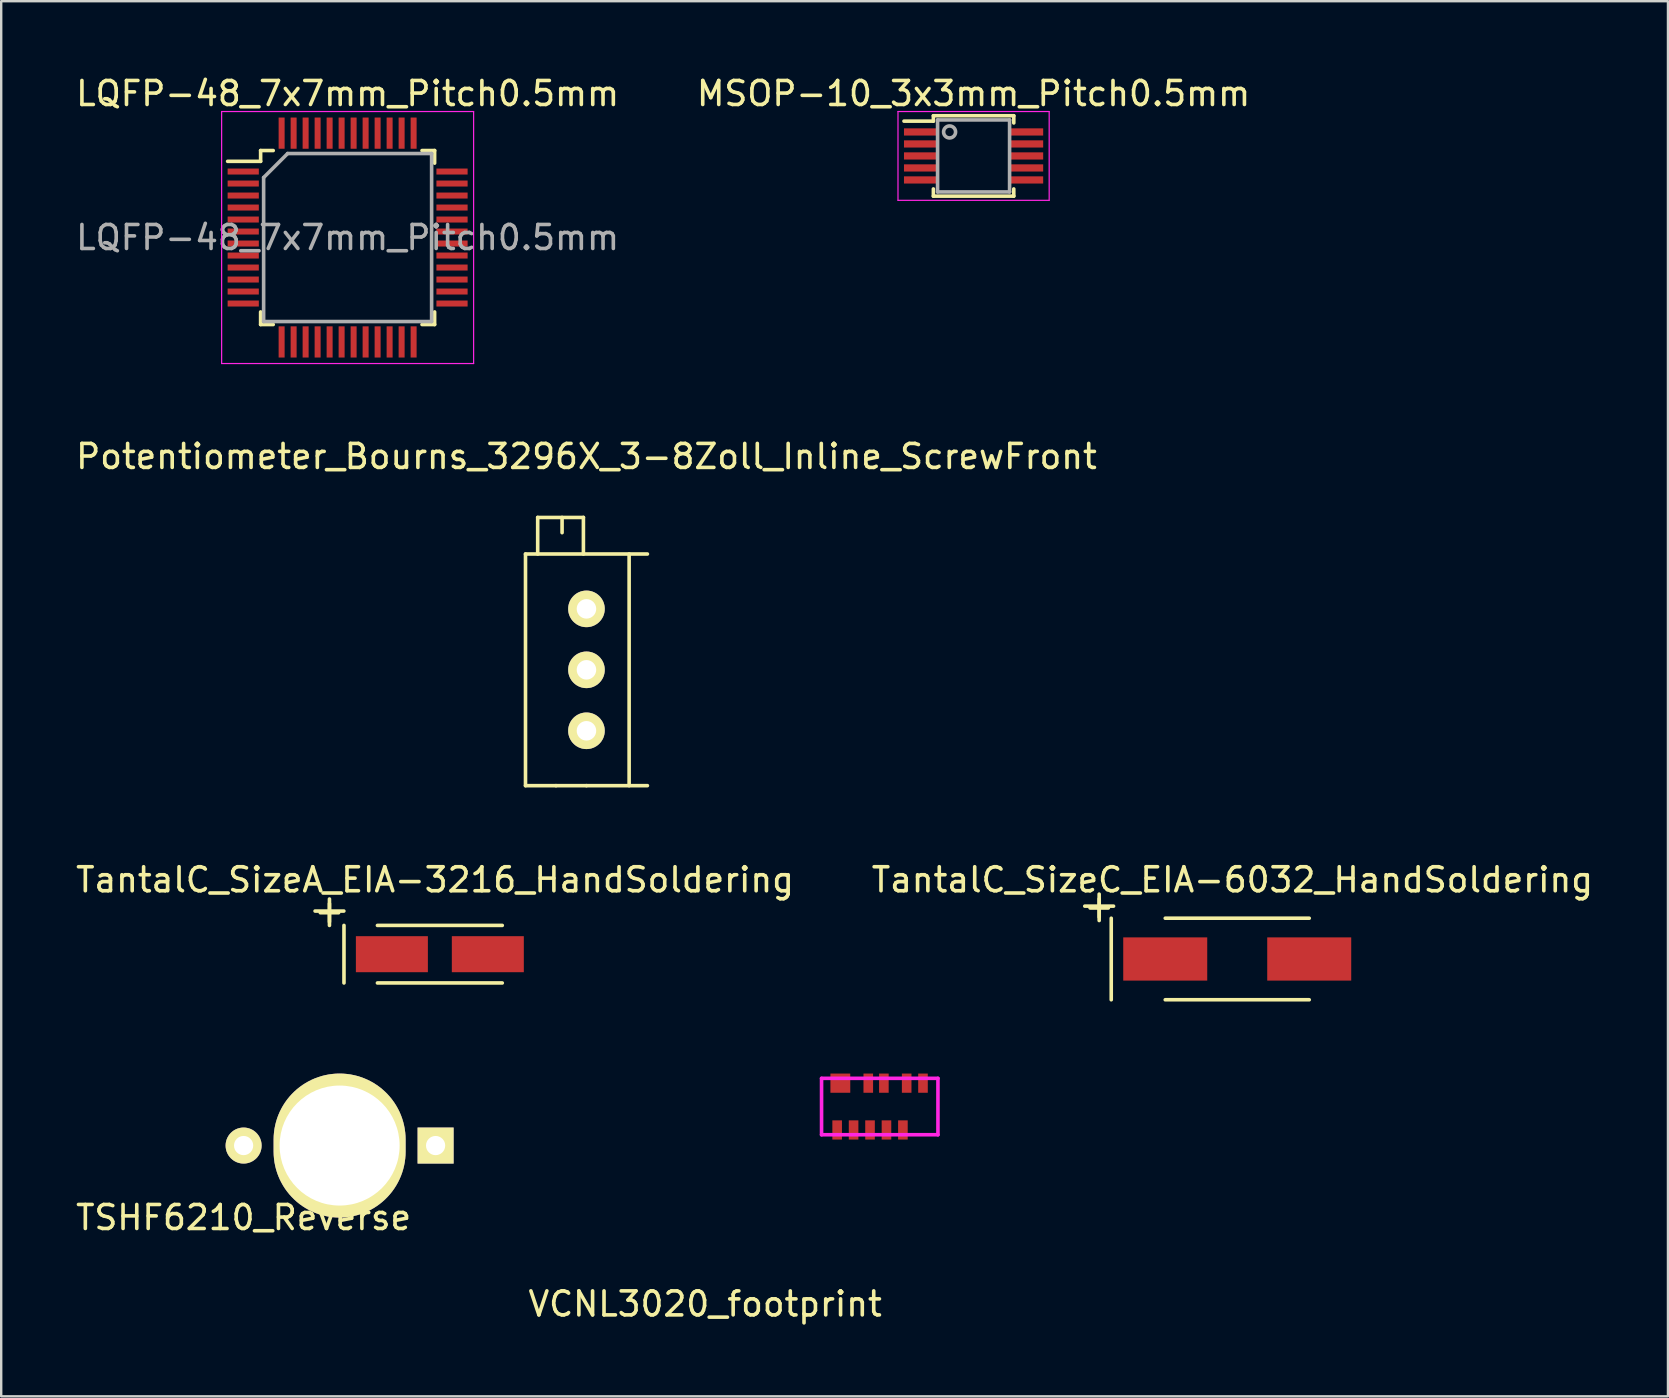
<source format=kicad_pcb>
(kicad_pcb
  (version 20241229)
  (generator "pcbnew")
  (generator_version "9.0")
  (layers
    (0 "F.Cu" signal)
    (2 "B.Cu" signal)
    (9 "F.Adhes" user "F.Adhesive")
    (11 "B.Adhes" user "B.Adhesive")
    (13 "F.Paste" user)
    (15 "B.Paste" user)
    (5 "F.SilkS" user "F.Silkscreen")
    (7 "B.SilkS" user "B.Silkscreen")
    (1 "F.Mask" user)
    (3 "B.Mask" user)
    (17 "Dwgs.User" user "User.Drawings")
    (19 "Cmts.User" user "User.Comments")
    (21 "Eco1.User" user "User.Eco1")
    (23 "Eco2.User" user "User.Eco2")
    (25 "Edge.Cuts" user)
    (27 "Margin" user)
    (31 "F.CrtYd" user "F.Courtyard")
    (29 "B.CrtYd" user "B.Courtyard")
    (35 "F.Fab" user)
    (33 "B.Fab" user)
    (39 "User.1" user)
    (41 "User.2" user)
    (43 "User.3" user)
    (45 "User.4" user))
  (footprint "TantalC_SizeA_EIA-3216_HandSoldering"
    (layer "F.Cu")
    (at 15.278 36.71)
    (property "Reference" "TantalC_SizeA_EIA-3216_HandSoldering" (at -0.201 -3.099 0) (layer "F.SilkS") (effects (font (size 1 1) (thickness 0.15))))
    (attr smd)
    (fp_line (start -5.199 -1.798) (end -4 -1.798) (stroke (width 0.15) (type solid)) (layer "F.SilkS"))
    (fp_line (start -4.6 -2.299) (end -4.6 -1.199) (stroke (width 0.15) (type solid)) (layer "F.SilkS"))
    (fp_line (start -3.995 -1.199) (end -3.995 1.199) (stroke (width 0.15) (type solid)) (layer "F.SilkS"))
    (fp_line (start -2.601 1.199) (end 2.601 1.199) (stroke (width 0.15) (type solid)) (layer "F.SilkS"))
    (fp_line (start 2.601 -1.199) (end -2.601 -1.199) (stroke (width 0.15) (type solid)) (layer "F.SilkS"))
    (fp_text user "+" (at -4.6 -1.801 0) (layer "F.SilkS") (effects (font (size 1 1) (thickness 0.15))))
    (pad "1" smd rect (at -1.999 0) (size 3 1.501) (layers "F.Cu" "F.Mask" "F.Paste"))
    (pad "2" smd rect (at 1.999 0) (size 3 1.501) (layers "F.Cu" "F.Mask" "F.Paste")))
  (footprint "MSOP-10_3x3mm_Pitch0.5mm"
    (layer "F.Cu")
    (at 37.518 3.448)
    (property "Reference" "MSOP-10_3x3mm_Pitch0.5mm" (at 0 -2.6 0) (layer "F.SilkS") (effects (font (size 1 1) (thickness 0.15))))
    (attr smd)
    (fp_line (start -1.675 -1.675) (end -1.675 -1.45) (stroke (width 0.15) (type solid)) (layer "F.SilkS"))
    (fp_line (start -1.675 -1.675) (end 1.675 -1.675) (stroke (width 0.15) (type solid)) (layer "F.SilkS"))
    (fp_line (start -1.675 -1.45) (end -2.9 -1.45) (stroke (width 0.15) (type solid)) (layer "F.SilkS"))
    (fp_line (start -1.675 1.675) (end -1.675 1.375) (stroke (width 0.15) (type solid)) (layer "F.SilkS"))
    (fp_line (start -1.675 1.675) (end 1.675 1.675) (stroke (width 0.15) (type solid)) (layer "F.SilkS"))
    (fp_line (start 1.675 -1.675) (end 1.675 -1.375) (stroke (width 0.15) (type solid)) (layer "F.SilkS"))
    (fp_line (start 1.675 1.675) (end 1.675 1.375) (stroke (width 0.15) (type solid)) (layer "F.SilkS"))
    (fp_line (start -3.15 -1.85) (end -3.15 1.85) (stroke (width 0.05) (type solid)) (layer "F.CrtYd"))
    (fp_line (start -3.15 -1.85) (end 3.15 -1.85) (stroke (width 0.05) (type solid)) (layer "F.CrtYd"))
    (fp_line (start -3.15 1.85) (end 3.15 1.85) (stroke (width 0.05) (type solid)) (layer "F.CrtYd"))
    (fp_line (start 3.15 -1.85) (end 3.15 1.85) (stroke (width 0.05) (type solid)) (layer "F.CrtYd"))
    (fp_line (start -1.5 -1.5) (end 1.5 -1.5) (stroke (width 0.15) (type solid)) (layer "F.Fab"))
    (fp_line (start -1.5 1.5) (end -1.5 -1.5) (stroke (width 0.15) (type solid)) (layer "F.Fab"))
    (fp_line (start 1.5 -1.5) (end 1.5 1.5) (stroke (width 0.15) (type solid)) (layer "F.Fab"))
    (fp_line (start 1.5 1.5) (end -1.5 1.5) (stroke (width 0.15) (type solid)) (layer "F.Fab"))
    (fp_circle (center -1 -1) (end -1.25 -1) (stroke (width 0.15) (type solid)) (fill no) (layer "F.Fab"))
    (pad "1" smd rect (at -2.2 -1) (size 1.4 0.3) (layers "F.Cu" "F.Mask" "F.Paste"))
    (pad "2" smd rect (at -2.2 -0.5) (size 1.4 0.3) (layers "F.Cu" "F.Mask" "F.Paste"))
    (pad "3" smd rect (at -2.2 0) (size 1.4 0.3) (layers "F.Cu" "F.Mask" "F.Paste"))
    (pad "4" smd rect (at -2.2 0.5) (size 1.4 0.3) (layers "F.Cu" "F.Mask" "F.Paste"))
    (pad "5" smd rect (at -2.2 1) (size 1.4 0.3) (layers "F.Cu" "F.Mask" "F.Paste"))
    (pad "6" smd rect (at 2.2 1) (size 1.4 0.3) (layers "F.Cu" "F.Mask" "F.Paste"))
    (pad "7" smd rect (at 2.2 0.5) (size 1.4 0.3) (layers "F.Cu" "F.Mask" "F.Paste"))
    (pad "8" smd rect (at 2.2 0) (size 1.4 0.3) (layers "F.Cu" "F.Mask" "F.Paste"))
    (pad "9" smd rect (at 2.2 -0.5) (size 1.4 0.3) (layers "F.Cu" "F.Mask" "F.Paste"))
    (pad "10" smd rect (at 2.2 -1) (size 1.4 0.3) (layers "F.Cu" "F.Mask" "F.Paste")))
  (footprint "TantalC_SizeC_EIA-6032_HandSoldering"
    (layer "F.Cu")
    (at 48.504 36.91)
    (property "Reference" "TantalC_SizeC_EIA-6032_HandSoldering" (at -0.201 -3.299 0) (layer "F.SilkS") (effects (font (size 1 1) (thickness 0.15))))
    (attr smd)
    (fp_line (start -6.353 -2.202) (end -5.154 -2.202) (stroke (width 0.15) (type solid)) (layer "F.SilkS"))
    (fp_line (start -5.753 -2.703) (end -5.753 -1.603) (stroke (width 0.15) (type solid)) (layer "F.SilkS"))
    (fp_line (start -5.25 -1.699) (end -5.25 1.699) (stroke (width 0.15) (type solid)) (layer "F.SilkS"))
    (fp_line (start 3 -1.699) (end -3 -1.699) (stroke (width 0.15) (type solid)) (layer "F.SilkS"))
    (fp_line (start 3 1.699) (end -3 1.699) (stroke (width 0.15) (type solid)) (layer "F.SilkS"))
    (fp_text user "+" (at -5.751 -2.2 0) (layer "F.SilkS") (effects (font (size 1 1) (thickness 0.15))))
    (pad "1" smd rect (at -3 0) (size 3.5 1.801) (layers "F.Cu" "F.Mask" "F.Paste"))
    (pad "2" smd rect (at 3 0) (size 3.5 1.801) (layers "F.Cu" "F.Mask" "F.Paste")))
  (footprint "LQFP-48_7x7mm_Pitch0.5mm"
    (layer "F.Cu")
    (at 11.435 6.848)
    (property "Reference" "LQFP-48_7x7mm_Pitch0.5mm" (at 0 -6 0) (layer "F.SilkS") (effects (font (size 1 1) (thickness 0.15))))
    (attr smd)
    (fp_line (start -3.625 -3.625) (end -3.625 -3.175) (stroke (width 0.15) (type solid)) (layer "F.SilkS"))
    (fp_line (start -3.625 -3.625) (end -3.1 -3.625) (stroke (width 0.15) (type solid)) (layer "F.SilkS"))
    (fp_line (start -3.625 -3.175) (end -5 -3.175) (stroke (width 0.15) (type solid)) (layer "F.SilkS"))
    (fp_line (start -3.625 3.625) (end -3.625 3.1) (stroke (width 0.15) (type solid)) (layer "F.SilkS"))
    (fp_line (start -3.625 3.625) (end -3.1 3.625) (stroke (width 0.15) (type solid)) (layer "F.SilkS"))
    (fp_line (start 3.625 -3.625) (end 3.1 -3.625) (stroke (width 0.15) (type solid)) (layer "F.SilkS"))
    (fp_line (start 3.625 -3.625) (end 3.625 -3.1) (stroke (width 0.15) (type solid)) (layer "F.SilkS"))
    (fp_line (start 3.625 3.625) (end 3.1 3.625) (stroke (width 0.15) (type solid)) (layer "F.SilkS"))
    (fp_line (start 3.625 3.625) (end 3.625 3.1) (stroke (width 0.15) (type solid)) (layer "F.SilkS"))
    (fp_line (start -5.25 -5.25) (end -5.25 5.25) (stroke (width 0.05) (type solid)) (layer "F.CrtYd"))
    (fp_line (start -5.25 -5.25) (end 5.25 -5.25) (stroke (width 0.05) (type solid)) (layer "F.CrtYd"))
    (fp_line (start -5.25 5.25) (end 5.25 5.25) (stroke (width 0.05) (type solid)) (layer "F.CrtYd"))
    (fp_line (start 5.25 -5.25) (end 5.25 5.25) (stroke (width 0.05) (type solid)) (layer "F.CrtYd"))
    (fp_line (start -3.5 -2.5) (end -2.5 -3.5) (stroke (width 0.15) (type solid)) (layer "F.Fab"))
    (fp_line (start -3.5 3.5) (end -3.5 -2.5) (stroke (width 0.15) (type solid)) (layer "F.Fab"))
    (fp_line (start -2.5 -3.5) (end 3.5 -3.5) (stroke (width 0.15) (type solid)) (layer "F.Fab"))
    (fp_line (start 3.5 -3.5) (end 3.5 3.5) (stroke (width 0.15) (type solid)) (layer "F.Fab"))
    (fp_line (start 3.5 3.5) (end -3.5 3.5) (stroke (width 0.15) (type solid)) (layer "F.Fab"))
    (fp_text user "${REFERENCE}" (at 0 0 0) (layer "F.Fab") (effects (font (size 1 1) (thickness 0.15))))
    (pad "1" smd rect (at -4.35 -2.75) (size 1.3 0.25) (layers "F.Cu" "F.Mask" "F.Paste"))
    (pad "2" smd rect (at -4.35 -2.25) (size 1.3 0.25) (layers "F.Cu" "F.Mask" "F.Paste"))
    (pad "3" smd rect (at -4.35 -1.75) (size 1.3 0.25) (layers "F.Cu" "F.Mask" "F.Paste"))
    (pad "4" smd rect (at -4.35 -1.25) (size 1.3 0.25) (layers "F.Cu" "F.Mask" "F.Paste"))
    (pad "5" smd rect (at -4.35 -0.75) (size 1.3 0.25) (layers "F.Cu" "F.Mask" "F.Paste"))
    (pad "6" smd rect (at -4.35 -0.25) (size 1.3 0.25) (layers "F.Cu" "F.Mask" "F.Paste"))
    (pad "7" smd rect (at -4.35 0.25) (size 1.3 0.25) (layers "F.Cu" "F.Mask" "F.Paste"))
    (pad "8" smd rect (at -4.35 0.75) (size 1.3 0.25) (layers "F.Cu" "F.Mask" "F.Paste"))
    (pad "9" smd rect (at -4.35 1.25) (size 1.3 0.25) (layers "F.Cu" "F.Mask" "F.Paste"))
    (pad "10" smd rect (at -4.35 1.75) (size 1.3 0.25) (layers "F.Cu" "F.Mask" "F.Paste"))
    (pad "11" smd rect (at -4.35 2.25) (size 1.3 0.25) (layers "F.Cu" "F.Mask" "F.Paste"))
    (pad "12" smd rect (at -4.35 2.75) (size 1.3 0.25) (layers "F.Cu" "F.Mask" "F.Paste"))
    (pad "13" smd rect (at -2.75 4.35 90) (size 1.3 0.25) (layers "F.Cu" "F.Mask" "F.Paste"))
    (pad "14" smd rect (at -2.25 4.35 90) (size 1.3 0.25) (layers "F.Cu" "F.Mask" "F.Paste"))
    (pad "15" smd rect (at -1.75 4.35 90) (size 1.3 0.25) (layers "F.Cu" "F.Mask" "F.Paste"))
    (pad "16" smd rect (at -1.25 4.35 90) (size 1.3 0.25) (layers "F.Cu" "F.Mask" "F.Paste"))
    (pad "17" smd rect (at -0.75 4.35 90) (size 1.3 0.25) (layers "F.Cu" "F.Mask" "F.Paste"))
    (pad "18" smd rect (at -0.25 4.35 90) (size 1.3 0.25) (layers "F.Cu" "F.Mask" "F.Paste"))
    (pad "19" smd rect (at 0.25 4.35 90) (size 1.3 0.25) (layers "F.Cu" "F.Mask" "F.Paste"))
    (pad "20" smd rect (at 0.75 4.35 90) (size 1.3 0.25) (layers "F.Cu" "F.Mask" "F.Paste"))
    (pad "21" smd rect (at 1.25 4.35 90) (size 1.3 0.25) (layers "F.Cu" "F.Mask" "F.Paste"))
    (pad "22" smd rect (at 1.75 4.35 90) (size 1.3 0.25) (layers "F.Cu" "F.Mask" "F.Paste"))
    (pad "23" smd rect (at 2.25 4.35 90) (size 1.3 0.25) (layers "F.Cu" "F.Mask" "F.Paste"))
    (pad "24" smd rect (at 2.75 4.35 90) (size 1.3 0.25) (layers "F.Cu" "F.Mask" "F.Paste"))
    (pad "25" smd rect (at 4.35 2.75) (size 1.3 0.25) (layers "F.Cu" "F.Mask" "F.Paste"))
    (pad "26" smd rect (at 4.35 2.25) (size 1.3 0.25) (layers "F.Cu" "F.Mask" "F.Paste"))
    (pad "27" smd rect (at 4.35 1.75) (size 1.3 0.25) (layers "F.Cu" "F.Mask" "F.Paste"))
    (pad "28" smd rect (at 4.35 1.25) (size 1.3 0.25) (layers "F.Cu" "F.Mask" "F.Paste"))
    (pad "29" smd rect (at 4.35 0.75) (size 1.3 0.25) (layers "F.Cu" "F.Mask" "F.Paste"))
    (pad "30" smd rect (at 4.35 0.25) (size 1.3 0.25) (layers "F.Cu" "F.Mask" "F.Paste"))
    (pad "31" smd rect (at 4.35 -0.25) (size 1.3 0.25) (layers "F.Cu" "F.Mask" "F.Paste"))
    (pad "32" smd rect (at 4.35 -0.75) (size 1.3 0.25) (layers "F.Cu" "F.Mask" "F.Paste"))
    (pad "33" smd rect (at 4.35 -1.25) (size 1.3 0.25) (layers "F.Cu" "F.Mask" "F.Paste"))
    (pad "34" smd rect (at 4.35 -1.75) (size 1.3 0.25) (layers "F.Cu" "F.Mask" "F.Paste"))
    (pad "35" smd rect (at 4.35 -2.25) (size 1.3 0.25) (layers "F.Cu" "F.Mask" "F.Paste"))
    (pad "36" smd rect (at 4.35 -2.75) (size 1.3 0.25) (layers "F.Cu" "F.Mask" "F.Paste"))
    (pad "37" smd rect (at 2.75 -4.35 90) (size 1.3 0.25) (layers "F.Cu" "F.Mask" "F.Paste"))
    (pad "38" smd rect (at 2.25 -4.35 90) (size 1.3 0.25) (layers "F.Cu" "F.Mask" "F.Paste"))
    (pad "39" smd rect (at 1.75 -4.35 90) (size 1.3 0.25) (layers "F.Cu" "F.Mask" "F.Paste"))
    (pad "40" smd rect (at 1.25 -4.35 90) (size 1.3 0.25) (layers "F.Cu" "F.Mask" "F.Paste"))
    (pad "41" smd rect (at 0.75 -4.35 90) (size 1.3 0.25) (layers "F.Cu" "F.Mask" "F.Paste"))
    (pad "42" smd rect (at 0.25 -4.35 90) (size 1.3 0.25) (layers "F.Cu" "F.Mask" "F.Paste"))
    (pad "43" smd rect (at -0.25 -4.35 90) (size 1.3 0.25) (layers "F.Cu" "F.Mask" "F.Paste"))
    (pad "44" smd rect (at -0.75 -4.35 90) (size 1.3 0.25) (layers "F.Cu" "F.Mask" "F.Paste"))
    (pad "45" smd rect (at -1.25 -4.35 90) (size 1.3 0.25) (layers "F.Cu" "F.Mask" "F.Paste"))
    (pad "46" smd rect (at -1.75 -4.35 90) (size 1.3 0.25) (layers "F.Cu" "F.Mask" "F.Paste"))
    (pad "47" smd rect (at -2.25 -4.35 90) (size 1.3 0.25) (layers "F.Cu" "F.Mask" "F.Paste"))
    (pad "48" smd rect (at -2.75 -4.35 90) (size 1.3 0.25) (layers "F.Cu" "F.Mask" "F.Paste")))
  (footprint "VCNL3020_footprint"
    (layer "F.Cu")
    (at 31.183 44.234)
    (property "Reference" "VCNL3020_footprint" (at -4.85 7.05 0) (layer "F.SilkS") (effects (font (size 1 1) (thickness 0.15))))
    (attr through_hole)
    (fp_line (start 0 -2.35) (end 4.85 -2.35) (stroke (width 0.15) (type solid)) (layer "F.CrtYd"))
    (fp_line (start 0 0) (end 0 -2.35) (stroke (width 0.15) (type solid)) (layer "F.CrtYd"))
    (fp_line (start 4.85 -2.35) (end 4.85 0) (stroke (width 0.15) (type solid)) (layer "F.CrtYd"))
    (fp_line (start 4.85 0) (end 0 0) (stroke (width 0.15) (type solid)) (layer "F.CrtYd"))
    (pad "1" smd rect (at 0.65 -0.2) (size 0.4 0.8) (layers "F.Cu" "F.Mask" "F.Paste"))
    (pad "2" smd rect (at 1.335 -0.2) (size 0.4 0.8) (layers "F.Cu" "F.Mask" "F.Paste"))
    (pad "3" smd rect (at 2.02 -0.2) (size 0.4 0.8) (layers "F.Cu" "F.Mask" "F.Paste"))
    (pad "4" smd rect (at 2.705 -0.2) (size 0.4 0.8) (layers "F.Cu" "F.Mask" "F.Paste"))
    (pad "5" smd rect (at 3.39 -0.2) (size 0.4 0.8) (layers "F.Cu" "F.Mask" "F.Paste"))
    (pad "6" smd rect (at 3.547 -2.15) (size 0.4 0.8) (layers "F.Cu" "F.Mask" "F.Paste"))
    (pad "6" smd rect (at 4.227 -2.15) (size 0.4 0.8) (layers "F.Cu" "F.Mask" "F.Paste"))
    (pad "7" smd rect (at 1.947 -2.15) (size 0.4 0.8) (layers "F.Cu" "F.Mask" "F.Paste"))
    (pad "7" smd rect (at 2.597 -2.15) (size 0.4 0.8) (layers "F.Cu" "F.Mask" "F.Paste"))
    (pad "8" smd rect (at 0.783 -2.15) (size 0.827 0.8) (layers "F.Cu" "F.Mask" "F.Paste")))
  (footprint "TSHF6210_Reverse"
    (layer "F.Cu")
    (at 11.101 44.684)
    (property "Reference" "TSHF6210_Reverse" (at -4 3 0) (layer "F.SilkS") (effects (font (size 1 1) (thickness 0.15))))
    (attr through_hole)
    (pad "1" thru_hole oval (at 0 0) (size 5.5 6) (drill 5) (layers "*.Cu" "*.Mask" "F.SilkS"))
    (pad "1" thru_hole rect (at 4 0) (size 1.5 1.5) (drill 0.8) (layers "*.Cu" "*.Mask" "F.SilkS"))
    (pad "2" thru_hole oval (at -4 0) (size 1.5 1.5) (drill 0.8) (layers "*.Cu" "*.Mask" "F.SilkS")))
  (footprint "Potentiometer_Bourns_3296X_3-8Zoll_Inline_ScrewFront"
    (layer "F.Cu")
    (at 21.387 27.401)
    (property "Reference" "Potentiometer_Bourns_3296X_3-8Zoll_Inline_ScrewFront" (at 0 -11.43 0) (layer "F.SilkS") (effects (font (size 1 1) (thickness 0.15))))
    (attr through_hole)
    (fp_line (start -2.54 -7.366) (end 2.54 -7.366) (stroke (width 0.15) (type solid)) (layer "F.SilkS"))
    (fp_line (start -2.54 2.286) (end -2.54 -7.366) (stroke (width 0.15) (type solid)) (layer "F.SilkS"))
    (fp_line (start -2.032 -8.89) (end -0.127 -8.89) (stroke (width 0.15) (type solid)) (layer "F.SilkS"))
    (fp_line (start -2.032 -7.366) (end -2.032 -8.89) (stroke (width 0.15) (type solid)) (layer "F.SilkS"))
    (fp_line (start -1.27 2.286) (end -2.54 2.286) (stroke (width 0.15) (type solid)) (layer "F.SilkS"))
    (fp_line (start -1.016 -8.89) (end -1.016 -8.255) (stroke (width 0.15) (type solid)) (layer "F.SilkS"))
    (fp_line (start -0.127 -8.89) (end -0.127 -7.366) (stroke (width 0.15) (type solid)) (layer "F.SilkS"))
    (fp_line (start 0 2.286) (end -1.27 2.286) (stroke (width 0.15) (type solid)) (layer "F.SilkS"))
    (fp_line (start 1.778 -7.366) (end 1.778 2.286) (stroke (width 0.15) (type solid)) (layer "F.SilkS"))
    (fp_line (start 2.54 2.286) (end 0 2.286) (stroke (width 0.15) (type solid)) (layer "F.SilkS"))
    (pad "1" thru_hole circle (at 0 0) (size 1.524 1.524) (drill 0.813) (layers "*.Cu" "*.Mask" "F.SilkS"))
    (pad "2" thru_hole circle (at 0 -2.54) (size 1.524 1.524) (drill 0.813) (layers "*.Cu" "*.Mask" "F.SilkS"))
    (pad "3" thru_hole circle (at 0 -5.08) (size 1.524 1.524) (drill 0.813) (layers "*.Cu" "*.Mask" "F.SilkS")))
  (gr_rect
    (start -3 -3)
    (end 66.452 55.133)
    (stroke (width 0.1) (type default))
    (fill no)
    (layer "Edge.Cuts")))
</source>
